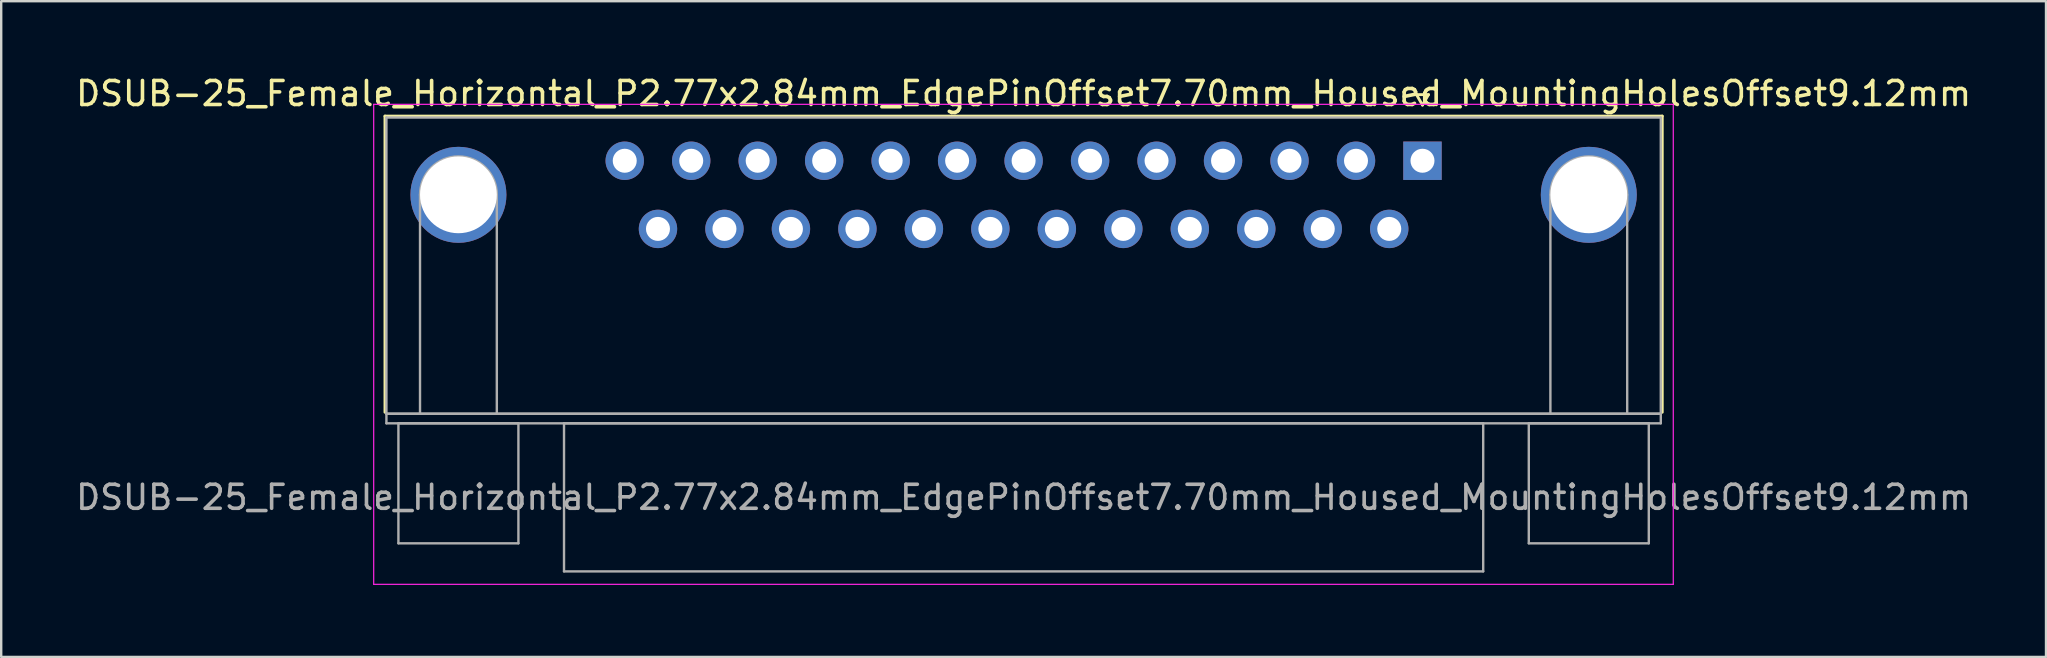
<source format=kicad_pcb>
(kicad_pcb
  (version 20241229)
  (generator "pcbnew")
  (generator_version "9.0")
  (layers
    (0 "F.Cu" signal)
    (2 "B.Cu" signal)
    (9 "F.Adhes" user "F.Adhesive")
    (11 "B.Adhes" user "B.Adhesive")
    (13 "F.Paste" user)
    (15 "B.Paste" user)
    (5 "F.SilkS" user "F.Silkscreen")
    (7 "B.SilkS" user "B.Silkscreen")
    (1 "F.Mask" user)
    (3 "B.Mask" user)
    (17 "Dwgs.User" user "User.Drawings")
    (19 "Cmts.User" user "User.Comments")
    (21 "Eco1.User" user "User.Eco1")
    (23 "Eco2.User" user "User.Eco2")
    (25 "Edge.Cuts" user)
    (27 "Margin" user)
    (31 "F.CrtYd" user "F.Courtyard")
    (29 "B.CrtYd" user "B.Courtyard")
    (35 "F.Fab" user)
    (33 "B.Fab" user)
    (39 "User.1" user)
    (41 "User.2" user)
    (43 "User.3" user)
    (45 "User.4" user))
  (footprint "DSUB-25_Female_Horizontal_P2.77x2.84mm_EdgePinOffset7.70mm_Housed_MountingHolesOffset9.12mm"
    (layer "F.Cu")
    (at 56.221 3.648)
    (property "Reference" "DSUB-25_Female_Horizontal_P2.77x2.84mm_EdgePinOffset7.70mm_Housed_MountingHolesOffset9.12mm" (at -16.62 -2.8 0) (layer "F.SilkS") (effects (font (size 1 1) (thickness 0.15))))
    (attr through_hole)
    (fp_line (start -43.23 -1.86) (end 9.99 -1.86) (stroke (width 0.12) (type solid)) (layer "F.SilkS"))
    (fp_line (start -43.23 10.48) (end -43.23 -1.86) (stroke (width 0.12) (type solid)) (layer "F.SilkS"))
    (fp_line (start -0.25 -2.754) (end 0.25 -2.754) (stroke (width 0.12) (type solid)) (layer "F.SilkS"))
    (fp_line (start 0 -2.321) (end -0.25 -2.754) (stroke (width 0.12) (type solid)) (layer "F.SilkS"))
    (fp_line (start 0.25 -2.754) (end 0 -2.321) (stroke (width 0.12) (type solid)) (layer "F.SilkS"))
    (fp_line (start 9.99 -1.86) (end 9.99 10.48) (stroke (width 0.12) (type solid)) (layer "F.SilkS"))
    (fp_line (start -43.7 -2.35) (end -43.7 17.65) (stroke (width 0.05) (type solid)) (layer "F.CrtYd"))
    (fp_line (start -43.7 17.65) (end 10.45 17.65) (stroke (width 0.05) (type solid)) (layer "F.CrtYd"))
    (fp_line (start 10.45 -2.35) (end -43.7 -2.35) (stroke (width 0.05) (type solid)) (layer "F.CrtYd"))
    (fp_line (start 10.45 17.65) (end 10.45 -2.35) (stroke (width 0.05) (type solid)) (layer "F.CrtYd"))
    (fp_line (start -43.17 -1.8) (end -43.17 10.54) (stroke (width 0.1) (type solid)) (layer "F.Fab"))
    (fp_line (start -43.17 10.54) (end -43.17 10.94) (stroke (width 0.1) (type solid)) (layer "F.Fab"))
    (fp_line (start -43.17 10.54) (end 9.93 10.54) (stroke (width 0.1) (type solid)) (layer "F.Fab"))
    (fp_line (start -43.17 10.94) (end 9.93 10.94) (stroke (width 0.1) (type solid)) (layer "F.Fab"))
    (fp_line (start -42.67 10.94) (end -42.67 15.94) (stroke (width 0.1) (type solid)) (layer "F.Fab"))
    (fp_line (start -42.67 15.94) (end -37.67 15.94) (stroke (width 0.1) (type solid)) (layer "F.Fab"))
    (fp_line (start -41.77 10.54) (end -41.77 1.42) (stroke (width 0.1) (type solid)) (layer "F.Fab"))
    (fp_line (start -38.57 10.54) (end -38.57 1.42) (stroke (width 0.1) (type solid)) (layer "F.Fab"))
    (fp_line (start -37.67 10.94) (end -42.67 10.94) (stroke (width 0.1) (type solid)) (layer "F.Fab"))
    (fp_line (start -37.67 15.94) (end -37.67 10.94) (stroke (width 0.1) (type solid)) (layer "F.Fab"))
    (fp_line (start -35.77 10.94) (end -35.77 17.11) (stroke (width 0.1) (type solid)) (layer "F.Fab"))
    (fp_line (start -35.77 17.11) (end 2.53 17.11) (stroke (width 0.1) (type solid)) (layer "F.Fab"))
    (fp_line (start 2.53 10.94) (end -35.77 10.94) (stroke (width 0.1) (type solid)) (layer "F.Fab"))
    (fp_line (start 2.53 17.11) (end 2.53 10.94) (stroke (width 0.1) (type solid)) (layer "F.Fab"))
    (fp_line (start 4.43 10.94) (end 4.43 15.94) (stroke (width 0.1) (type solid)) (layer "F.Fab"))
    (fp_line (start 4.43 15.94) (end 9.43 15.94) (stroke (width 0.1) (type solid)) (layer "F.Fab"))
    (fp_line (start 5.33 10.54) (end 5.33 1.42) (stroke (width 0.1) (type solid)) (layer "F.Fab"))
    (fp_line (start 8.53 10.54) (end 8.53 1.42) (stroke (width 0.1) (type solid)) (layer "F.Fab"))
    (fp_line (start 9.43 10.94) (end 4.43 10.94) (stroke (width 0.1) (type solid)) (layer "F.Fab"))
    (fp_line (start 9.43 15.94) (end 9.43 10.94) (stroke (width 0.1) (type solid)) (layer "F.Fab"))
    (fp_line (start 9.93 -1.8) (end -43.17 -1.8) (stroke (width 0.1) (type solid)) (layer "F.Fab"))
    (fp_line (start 9.93 10.54) (end -43.17 10.54) (stroke (width 0.1) (type solid)) (layer "F.Fab"))
    (fp_line (start 9.93 10.54) (end 9.93 -1.8) (stroke (width 0.1) (type solid)) (layer "F.Fab"))
    (fp_line (start 9.93 10.94) (end 9.93 10.54) (stroke (width 0.1) (type solid)) (layer "F.Fab"))
    (fp_arc (start -41.77 1.42) (mid -40.17 -0.18) (end -38.57 1.42) (stroke (width 0.1) (type solid)) (layer "F.Fab"))
    (fp_arc (start 5.33 1.42) (mid 6.93 -0.18) (end 8.53 1.42) (stroke (width 0.1) (type solid)) (layer "F.Fab"))
    (fp_text user "${REFERENCE}" (at -16.62 14.025 0) (layer "F.Fab") (effects (font (size 1 1) (thickness 0.15))))
    (pad "0" thru_hole circle (at -40.17 1.42) (size 4 4) (drill 3.2) (layers "*.Cu" "*.Mask"))
    (pad "0" thru_hole circle (at 6.93 1.42) (size 4 4) (drill 3.2) (layers "*.Cu" "*.Mask"))
    (pad "1" thru_hole rect (at 0 0) (size 1.6 1.6) (drill 1) (layers "*.Cu" "*.Mask"))
    (pad "2" thru_hole circle (at -2.77 0) (size 1.6 1.6) (drill 1) (layers "*.Cu" "*.Mask"))
    (pad "3" thru_hole circle (at -5.54 0) (size 1.6 1.6) (drill 1) (layers "*.Cu" "*.Mask"))
    (pad "4" thru_hole circle (at -8.31 0) (size 1.6 1.6) (drill 1) (layers "*.Cu" "*.Mask"))
    (pad "5" thru_hole circle (at -11.08 0) (size 1.6 1.6) (drill 1) (layers "*.Cu" "*.Mask"))
    (pad "6" thru_hole circle (at -13.85 0) (size 1.6 1.6) (drill 1) (layers "*.Cu" "*.Mask"))
    (pad "7" thru_hole circle (at -16.62 0) (size 1.6 1.6) (drill 1) (layers "*.Cu" "*.Mask"))
    (pad "8" thru_hole circle (at -19.39 0) (size 1.6 1.6) (drill 1) (layers "*.Cu" "*.Mask"))
    (pad "9" thru_hole circle (at -22.16 0) (size 1.6 1.6) (drill 1) (layers "*.Cu" "*.Mask"))
    (pad "10" thru_hole circle (at -24.93 0) (size 1.6 1.6) (drill 1) (layers "*.Cu" "*.Mask"))
    (pad "11" thru_hole circle (at -27.7 0) (size 1.6 1.6) (drill 1) (layers "*.Cu" "*.Mask"))
    (pad "12" thru_hole circle (at -30.47 0) (size 1.6 1.6) (drill 1) (layers "*.Cu" "*.Mask"))
    (pad "13" thru_hole circle (at -33.24 0) (size 1.6 1.6) (drill 1) (layers "*.Cu" "*.Mask"))
    (pad "14" thru_hole circle (at -1.385 2.84) (size 1.6 1.6) (drill 1) (layers "*.Cu" "*.Mask"))
    (pad "15" thru_hole circle (at -4.155 2.84) (size 1.6 1.6) (drill 1) (layers "*.Cu" "*.Mask"))
    (pad "16" thru_hole circle (at -6.925 2.84) (size 1.6 1.6) (drill 1) (layers "*.Cu" "*.Mask"))
    (pad "17" thru_hole circle (at -9.695 2.84) (size 1.6 1.6) (drill 1) (layers "*.Cu" "*.Mask"))
    (pad "18" thru_hole circle (at -12.465 2.84) (size 1.6 1.6) (drill 1) (layers "*.Cu" "*.Mask"))
    (pad "19" thru_hole circle (at -15.235 2.84) (size 1.6 1.6) (drill 1) (layers "*.Cu" "*.Mask"))
    (pad "20" thru_hole circle (at -18.005 2.84) (size 1.6 1.6) (drill 1) (layers "*.Cu" "*.Mask"))
    (pad "21" thru_hole circle (at -20.775 2.84) (size 1.6 1.6) (drill 1) (layers "*.Cu" "*.Mask"))
    (pad "22" thru_hole circle (at -23.545 2.84) (size 1.6 1.6) (drill 1) (layers "*.Cu" "*.Mask"))
    (pad "23" thru_hole circle (at -26.315 2.84) (size 1.6 1.6) (drill 1) (layers "*.Cu" "*.Mask"))
    (pad "24" thru_hole circle (at -29.085 2.84) (size 1.6 1.6) (drill 1) (layers "*.Cu" "*.Mask"))
    (pad "25" thru_hole circle (at -31.855 2.84) (size 1.6 1.6) (drill 1) (layers "*.Cu" "*.Mask")))
  (gr_rect
    (start -3 -3)
    (end 82.202 24.323)
    (stroke (width 0.1) (type default))
    (fill no)
    (layer "Edge.Cuts")))
</source>
